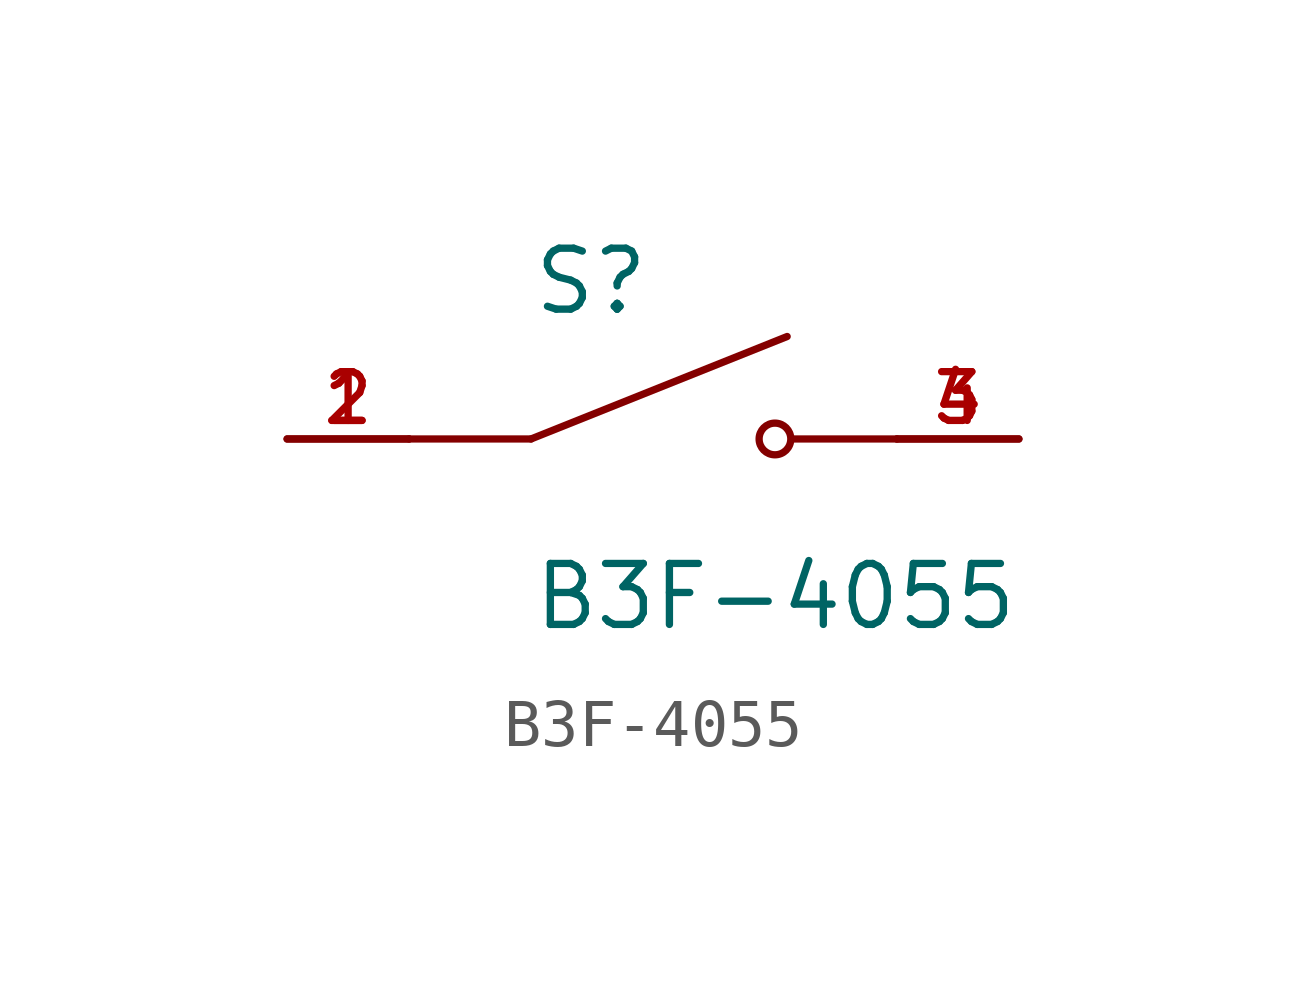
<source format=kicad_sym>
(kicad_symbol_lib
  (version 20211014)
  (generator kicad_symbol_editor)
  (symbol "B3F-4055"
    (pin_names
      (offset 1.016))
    (property "Reference" "S"
      (at -2.54 2.54 0)
      (effects (font (size 1.27 1.27)) (justify bottom left)))
    (property "Value" "B3F-4055"
      (at -2.54 -2.54 0)
      (effects (font (size 1.27 1.27)) (justify top left)))
    (symbol "B3F-4055_0_0"
      (polyline (pts (xy -2.54 0.0) (xy 2.794 2.134)) (stroke (width 0.152)))
      (circle (center 2.54 0.0) (radius 0.33) (stroke (width 0.152)) (fill (type none)))
      (polyline (pts (xy 5.08 0.0) (xy 2.921 0.0)) (stroke (width 0.152)))
      (polyline (pts (xy -2.54 0.0) (xy -5.08 0.0)) (stroke (width 0.152)))
      (pin passive line (at -7.62 0.0 0) (length 2.54) (name "~" (effects (font (size 1.016 1.016)))) (number "1" (effects (font (size 1.016 1.016)))))
      (pin passive line (at 7.62 0.0 180.0) (length 2.54) (name "~" (effects (font (size 1.016 1.016)))) (number "3" (effects (font (size 1.016 1.016)))))
      (pin passive line (at -7.62 0.0 0) (length 2.54) (name "~" (effects (font (size 1.016 1.016)))) (number "2" (effects (font (size 1.016 1.016)))))
      (pin passive line (at 7.62 0.0 180.0) (length 2.54) (name "~" (effects (font (size 1.016 1.016)))) (number "4" (effects (font (size 1.016 1.016))))))))
</source>
